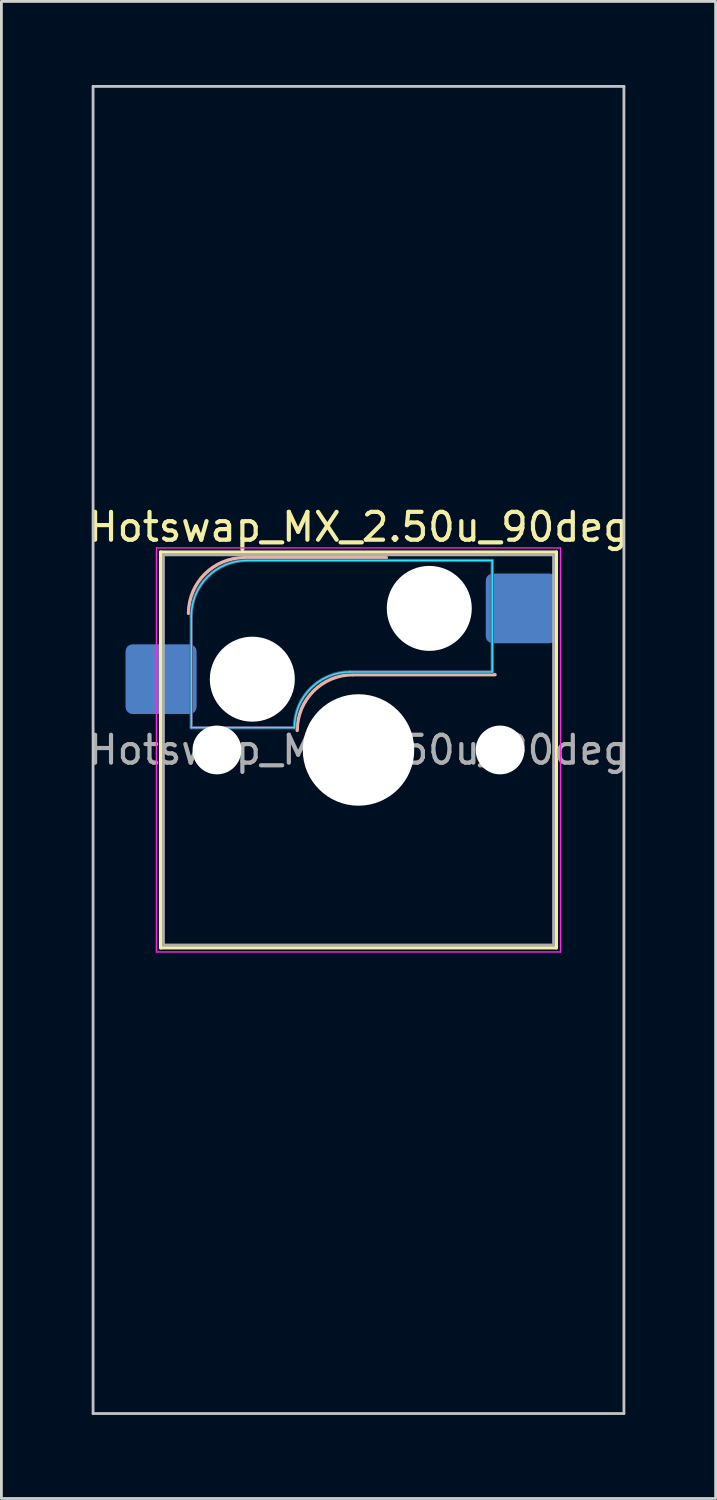
<source format=kicad_pcb>
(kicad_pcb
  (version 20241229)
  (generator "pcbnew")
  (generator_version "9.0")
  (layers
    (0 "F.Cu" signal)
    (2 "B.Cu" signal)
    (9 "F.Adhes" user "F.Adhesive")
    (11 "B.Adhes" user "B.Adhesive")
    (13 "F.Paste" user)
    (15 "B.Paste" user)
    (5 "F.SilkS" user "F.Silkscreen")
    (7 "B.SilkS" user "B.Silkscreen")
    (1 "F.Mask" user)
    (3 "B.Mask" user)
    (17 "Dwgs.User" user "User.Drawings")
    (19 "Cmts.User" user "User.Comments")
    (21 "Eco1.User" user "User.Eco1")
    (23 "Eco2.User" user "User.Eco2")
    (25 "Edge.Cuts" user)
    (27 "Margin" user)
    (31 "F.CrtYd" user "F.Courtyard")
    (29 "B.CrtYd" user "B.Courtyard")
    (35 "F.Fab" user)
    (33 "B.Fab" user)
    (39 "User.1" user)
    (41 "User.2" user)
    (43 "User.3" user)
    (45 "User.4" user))
  (footprint "Hotswap_MX_2.50u_90deg"
    (layer "F.Cu")
    (at 9.815 23.863)
    (property "Reference" "Hotswap_MX_2.50u_90deg" (at 0 -8 0) (layer "F.SilkS") (effects (font (size 1 1) (thickness 0.15))))
    (attr smd)
    (fp_line (start -7.1 -7.1) (end -7.1 7.1) (stroke (width 0.12) (type solid)) (layer "F.SilkS"))
    (fp_line (start -7.1 7.1) (end 7.1 7.1) (stroke (width 0.12) (type solid)) (layer "F.SilkS"))
    (fp_line (start 7.1 -7.1) (end -7.1 -7.1) (stroke (width 0.12) (type solid)) (layer "F.SilkS"))
    (fp_line (start 7.1 7.1) (end 7.1 -7.1) (stroke (width 0.12) (type solid)) (layer "F.SilkS"))
    (fp_line (start -4.1 -6.9) (end 1 -6.9) (stroke (width 0.12) (type solid)) (layer "B.SilkS"))
    (fp_line (start -0.2 -2.7) (end 4.9 -2.7) (stroke (width 0.12) (type solid)) (layer "B.SilkS"))
    (fp_arc (start -6.1 -4.9) (mid -5.514214 -6.314214) (end -4.1 -6.9) (stroke (width 0.12) (type solid)) (layer "B.SilkS"))
    (fp_arc (start -2.2 -0.7) (mid -1.614214 -2.114214) (end -0.2 -2.7) (stroke (width 0.12) (type solid)) (layer "B.SilkS"))
    (fp_line (start -9.525 -23.812) (end 9.525 -23.812) (stroke (width 0.1) (type solid)) (layer "Dwgs.User"))
    (fp_line (start -9.525 23.812) (end -9.525 -23.812) (stroke (width 0.1) (type solid)) (layer "Dwgs.User"))
    (fp_line (start 9.525 -23.812) (end 9.525 23.812) (stroke (width 0.1) (type solid)) (layer "Dwgs.User"))
    (fp_line (start 9.525 23.812) (end -9.525 23.812) (stroke (width 0.1) (type solid)) (layer "Dwgs.User"))
    (fp_line (start -7.8 -6) (end -7 -6) (stroke (width 0.1) (type solid)) (layer "Eco1.User"))
    (fp_line (start -7.8 -2.9) (end -7.8 -6) (stroke (width 0.1) (type solid)) (layer "Eco1.User"))
    (fp_line (start -7.8 2.9) (end -7 2.9) (stroke (width 0.1) (type solid)) (layer "Eco1.User"))
    (fp_line (start -7.8 6) (end -7.8 2.9) (stroke (width 0.1) (type solid)) (layer "Eco1.User"))
    (fp_line (start -7 -7) (end 7 -7) (stroke (width 0.1) (type solid)) (layer "Eco1.User"))
    (fp_line (start -7 -6) (end -7 -7) (stroke (width 0.1) (type solid)) (layer "Eco1.User"))
    (fp_line (start -7 -2.9) (end -7.8 -2.9) (stroke (width 0.1) (type solid)) (layer "Eco1.User"))
    (fp_line (start -7 2.9) (end -7 -2.9) (stroke (width 0.1) (type solid)) (layer "Eco1.User"))
    (fp_line (start -7 6) (end -7.8 6) (stroke (width 0.1) (type solid)) (layer "Eco1.User"))
    (fp_line (start -7 7) (end -7 6) (stroke (width 0.1) (type solid)) (layer "Eco1.User"))
    (fp_line (start 7 -7) (end 7 -6) (stroke (width 0.1) (type solid)) (layer "Eco1.User"))
    (fp_line (start 7 -6) (end 7.8 -6) (stroke (width 0.1) (type solid)) (layer "Eco1.User"))
    (fp_line (start 7 -2.9) (end 7 2.9) (stroke (width 0.1) (type solid)) (layer "Eco1.User"))
    (fp_line (start 7 2.9) (end 7.8 2.9) (stroke (width 0.1) (type solid)) (layer "Eco1.User"))
    (fp_line (start 7 6) (end 7 7) (stroke (width 0.1) (type solid)) (layer "Eco1.User"))
    (fp_line (start 7 7) (end -7 7) (stroke (width 0.1) (type solid)) (layer "Eco1.User"))
    (fp_line (start 7.8 -6) (end 7.8 -2.9) (stroke (width 0.1) (type solid)) (layer "Eco1.User"))
    (fp_line (start 7.8 -2.9) (end 7 -2.9) (stroke (width 0.1) (type solid)) (layer "Eco1.User"))
    (fp_line (start 7.8 2.9) (end 7.8 6) (stroke (width 0.1) (type solid)) (layer "Eco1.User"))
    (fp_line (start 7.8 6) (end 7 6) (stroke (width 0.1) (type solid)) (layer "Eco1.User"))
    (fp_line (start -6 -0.8) (end -6 -4.8) (stroke (width 0.05) (type solid)) (layer "B.CrtYd"))
    (fp_line (start -6 -0.8) (end -2.3 -0.8) (stroke (width 0.05) (type solid)) (layer "B.CrtYd"))
    (fp_line (start -4 -6.8) (end 4.8 -6.8) (stroke (width 0.05) (type solid)) (layer "B.CrtYd"))
    (fp_line (start -0.3 -2.8) (end 4.8 -2.8) (stroke (width 0.05) (type solid)) (layer "B.CrtYd"))
    (fp_line (start 4.8 -6.8) (end 4.8 -2.8) (stroke (width 0.05) (type solid)) (layer "B.CrtYd"))
    (fp_arc (start -6 -4.8) (mid -5.414214 -6.214214) (end -4 -6.8) (stroke (width 0.05) (type solid)) (layer "B.CrtYd"))
    (fp_arc (start -2.3 -0.8) (mid -1.714214 -2.214214) (end -0.3 -2.8) (stroke (width 0.05) (type solid)) (layer "B.CrtYd"))
    (fp_line (start -7.25 -7.25) (end -7.25 7.25) (stroke (width 0.05) (type solid)) (layer "F.CrtYd"))
    (fp_line (start -7.25 7.25) (end 7.25 7.25) (stroke (width 0.05) (type solid)) (layer "F.CrtYd"))
    (fp_line (start 7.25 -7.25) (end -7.25 -7.25) (stroke (width 0.05) (type solid)) (layer "F.CrtYd"))
    (fp_line (start 7.25 7.25) (end 7.25 -7.25) (stroke (width 0.05) (type solid)) (layer "F.CrtYd"))
    (fp_line (start -6 -0.8) (end -6 -4.8) (stroke (width 0.12) (type solid)) (layer "B.Fab"))
    (fp_line (start -6 -0.8) (end -2.3 -0.8) (stroke (width 0.12) (type solid)) (layer "B.Fab"))
    (fp_line (start -4 -6.8) (end 4.8 -6.8) (stroke (width 0.12) (type solid)) (layer "B.Fab"))
    (fp_line (start -0.3 -2.8) (end 4.8 -2.8) (stroke (width 0.12) (type solid)) (layer "B.Fab"))
    (fp_line (start 4.8 -6.8) (end 4.8 -2.8) (stroke (width 0.12) (type solid)) (layer "B.Fab"))
    (fp_arc (start -6 -4.8) (mid -5.414214 -6.214214) (end -4 -6.8) (stroke (width 0.12) (type solid)) (layer "B.Fab"))
    (fp_arc (start -2.3 -0.8) (mid -1.714214 -2.214214) (end -0.3 -2.8) (stroke (width 0.12) (type solid)) (layer "B.Fab"))
    (fp_line (start -7 -7) (end -7 7) (stroke (width 0.1) (type solid)) (layer "F.Fab"))
    (fp_line (start -7 7) (end 7 7) (stroke (width 0.1) (type solid)) (layer "F.Fab"))
    (fp_line (start 7 -7) (end -7 -7) (stroke (width 0.1) (type solid)) (layer "F.Fab"))
    (fp_line (start 7 7) (end 7 -7) (stroke (width 0.1) (type solid)) (layer "F.Fab"))
    (fp_text user "${REFERENCE}" (at 0 0 0) (layer "F.Fab") (effects (font (size 1 1) (thickness 0.15))))
    (pad "" np_thru_hole circle (at -5.08 0) (size 1.75 1.75) (drill 1.75) (layers "*.Cu" "*.Mask"))
    (pad "" np_thru_hole circle (at -3.81 -2.54) (size 3.05 3.05) (drill 3.05) (layers "*.Cu" "*.Mask"))
    (pad "" np_thru_hole circle (at 0 0) (size 4 4) (drill 4) (layers "*.Cu" "*.Mask"))
    (pad "" np_thru_hole circle (at 2.54 -5.08) (size 3.05 3.05) (drill 3.05) (layers "*.Cu" "*.Mask"))
    (pad "" np_thru_hole circle (at 5.08 0) (size 1.75 1.75) (drill 1.75) (layers "*.Cu" "*.Mask"))
    (pad "1" smd roundrect (at -7.085 -2.54) (size 2.55 2.5) (layers "B.Cu" "B.Mask" "B.Paste") (roundrect_rratio 0.1))
    (pad "2" smd roundrect (at 5.842 -5.08) (size 2.55 2.5) (layers "B.Cu" "B.Mask" "B.Paste") (roundrect_rratio 0.1)))
  (gr_rect
    (start -3 -3)
    (end 22.631 50.725)
    (stroke (width 0.1) (type default))
    (fill no)
    (layer "Edge.Cuts")))
</source>
